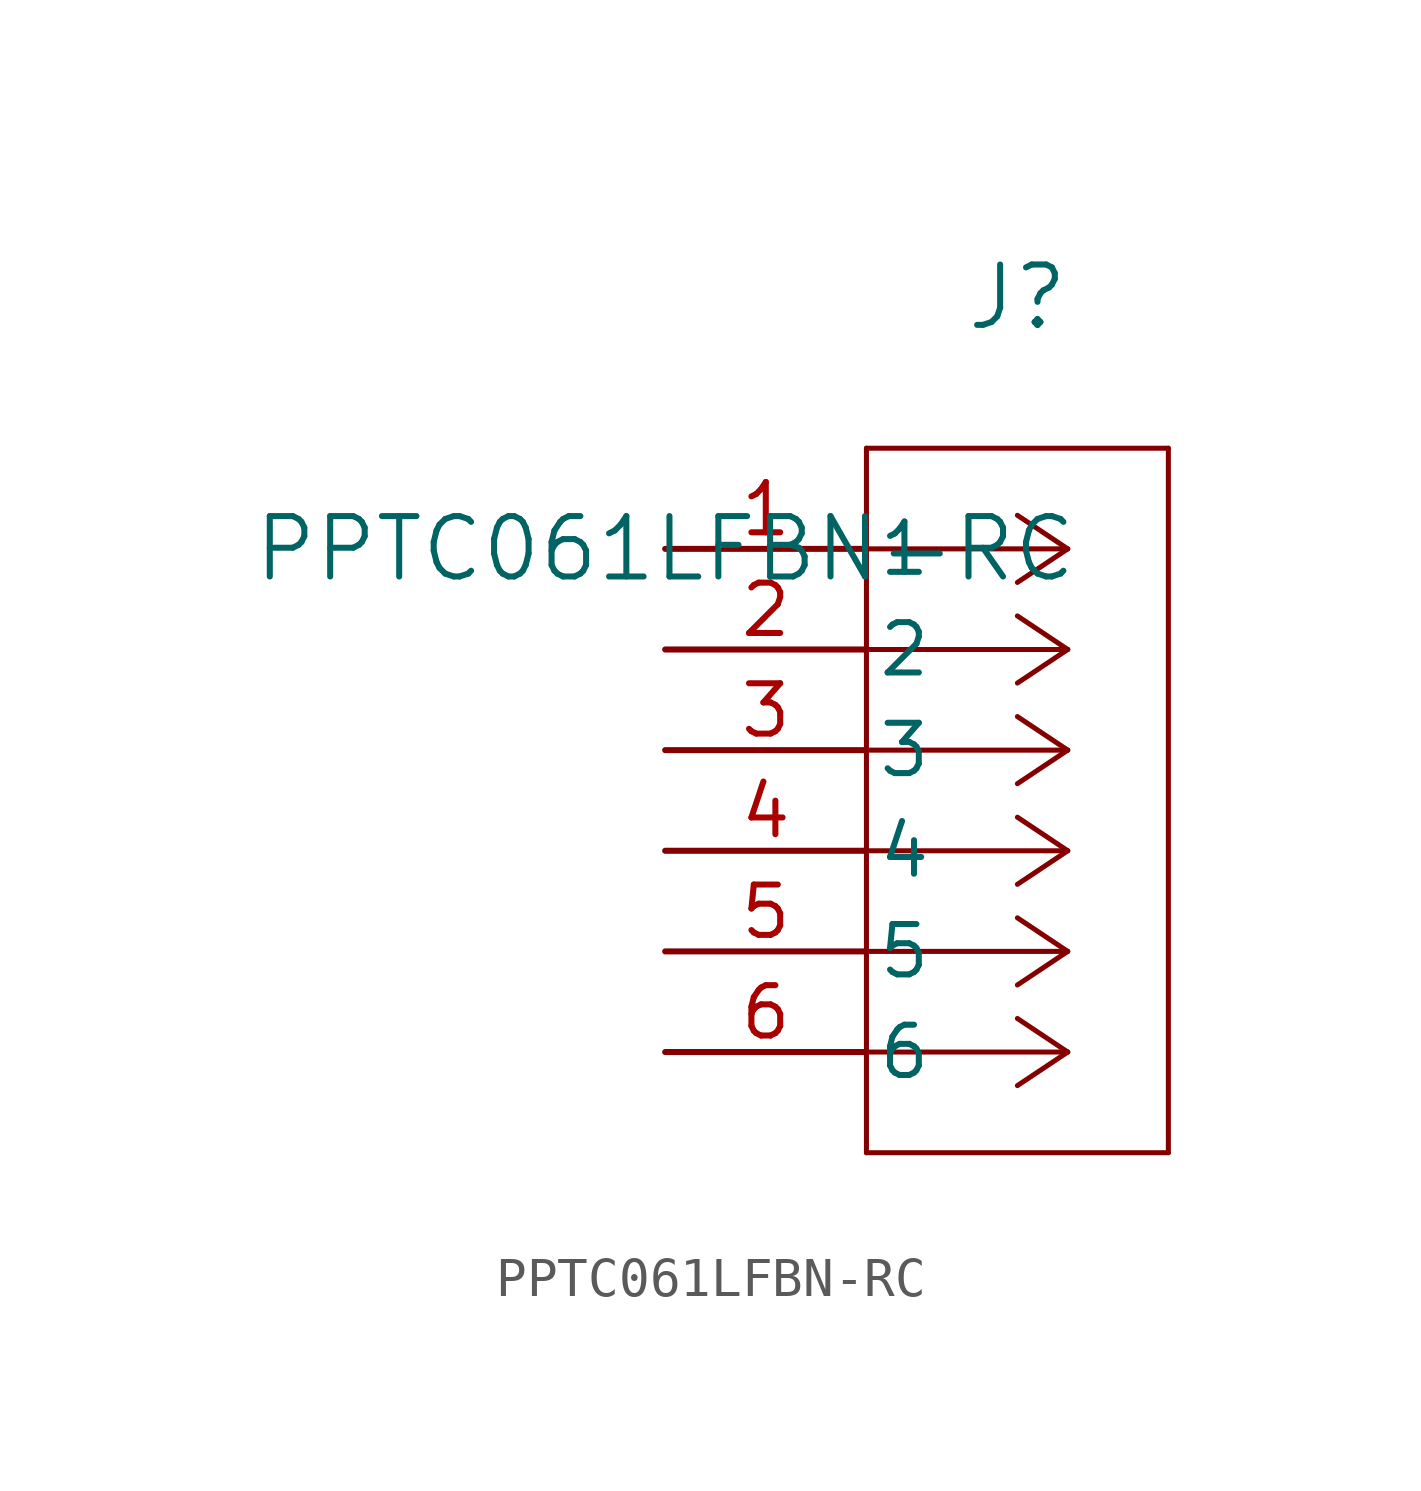
<source format=kicad_sym>
(kicad_symbol_lib
  (version 20211014)
  (generator kicad_symbol_editor)
  (symbol "PPTC061LFBN-RC"
    (pin_names
      (offset 0.254))
    (property "Reference" "J"
      (at 8.89 6.35 0)
      (effects (font (size 1.524 1.524))))
    (property "Value" "PPTC061LFBN-RC"
      (at 0 0 0)
      (effects (font (size 1.524 1.524))))
    (symbol "PPTC061LFBN-RC_0_1"
      (polyline (pts (xy 10.16 0) (xy 5.08 0)) (stroke (width 0.127) (type default) (color 0 0 0 0)) (fill (type none)))
      (polyline (pts (xy 10.16 -2.54) (xy 5.08 -2.54)) (stroke (width 0.127) (type default) (color 0 0 0 0)) (fill (type none)))
      (polyline (pts (xy 10.16 -5.08) (xy 5.08 -5.08)) (stroke (width 0.127) (type default) (color 0 0 0 0)) (fill (type none)))
      (polyline (pts (xy 10.16 -7.62) (xy 5.08 -7.62)) (stroke (width 0.127) (type default) (color 0 0 0 0)) (fill (type none)))
      (polyline (pts (xy 10.16 -10.16) (xy 5.08 -10.16)) (stroke (width 0.127) (type default) (color 0 0 0 0)) (fill (type none)))
      (polyline (pts (xy 10.16 -12.7) (xy 5.08 -12.7)) (stroke (width 0.127) (type default) (color 0 0 0 0)) (fill (type none)))
      (polyline (pts (xy 10.16 0) (xy 8.89 0.847)) (stroke (width 0.127) (type default) (color 0 0 0 0)) (fill (type none)))
      (polyline (pts (xy 10.16 -2.54) (xy 8.89 -1.693)) (stroke (width 0.127) (type default) (color 0 0 0 0)) (fill (type none)))
      (polyline (pts (xy 10.16 -5.08) (xy 8.89 -4.233)) (stroke (width 0.127) (type default) (color 0 0 0 0)) (fill (type none)))
      (polyline (pts (xy 10.16 -7.62) (xy 8.89 -6.773)) (stroke (width 0.127) (type default) (color 0 0 0 0)) (fill (type none)))
      (polyline (pts (xy 10.16 -10.16) (xy 8.89 -9.313)) (stroke (width 0.127) (type default) (color 0 0 0 0)) (fill (type none)))
      (polyline (pts (xy 10.16 -12.7) (xy 8.89 -11.853)) (stroke (width 0.127) (type default) (color 0 0 0 0)) (fill (type none)))
      (polyline (pts (xy 10.16 0) (xy 8.89 -0.847)) (stroke (width 0.127) (type default) (color 0 0 0 0)) (fill (type none)))
      (polyline (pts (xy 10.16 -2.54) (xy 8.89 -3.387)) (stroke (width 0.127) (type default) (color 0 0 0 0)) (fill (type none)))
      (polyline (pts (xy 10.16 -5.08) (xy 8.89 -5.927)) (stroke (width 0.127) (type default) (color 0 0 0 0)) (fill (type none)))
      (polyline (pts (xy 10.16 -7.62) (xy 8.89 -8.467)) (stroke (width 0.127) (type default) (color 0 0 0 0)) (fill (type none)))
      (polyline (pts (xy 10.16 -10.16) (xy 8.89 -11.007)) (stroke (width 0.127) (type default) (color 0 0 0 0)) (fill (type none)))
      (polyline (pts (xy 10.16 -12.7) (xy 8.89 -13.547)) (stroke (width 0.127) (type default) (color 0 0 0 0)) (fill (type none)))
      (polyline (pts (xy 5.08 2.54) (xy 5.08 -15.24)) (stroke (width 0.127) (type default) (color 0 0 0 0)) (fill (type none)))
      (polyline (pts (xy 5.08 -15.24) (xy 12.7 -15.24)) (stroke (width 0.127) (type default) (color 0 0 0 0)) (fill (type none)))
      (polyline (pts (xy 12.7 -15.24) (xy 12.7 2.54)) (stroke (width 0.127) (type default) (color 0 0 0 0)) (fill (type none)))
      (polyline (pts (xy 12.7 2.54) (xy 5.08 2.54)) (stroke (width 0.127) (type default) (color 0 0 0 0)) (fill (type none)))
      (pin unspecified line (at 0 0 0) (length 5.08) (name "1" (effects (font (size 1.27 1.27)))) (number "1" (effects (font (size 1.27 1.27)))))
      (pin unspecified line (at 0 -2.54 0) (length 5.08) (name "2" (effects (font (size 1.27 1.27)))) (number "2" (effects (font (size 1.27 1.27)))))
      (pin unspecified line (at 0 -5.08 0) (length 5.08) (name "3" (effects (font (size 1.27 1.27)))) (number "3" (effects (font (size 1.27 1.27)))))
      (pin unspecified line (at 0 -7.62 0) (length 5.08) (name "4" (effects (font (size 1.27 1.27)))) (number "4" (effects (font (size 1.27 1.27)))))
      (pin unspecified line (at 0 -10.16 0) (length 5.08) (name "5" (effects (font (size 1.27 1.27)))) (number "5" (effects (font (size 1.27 1.27)))))
      (pin unspecified line (at 0 -12.7 0) (length 5.08) (name "6" (effects (font (size 1.27 1.27)))) (number "6" (effects (font (size 1.27 1.27))))))))
</source>
